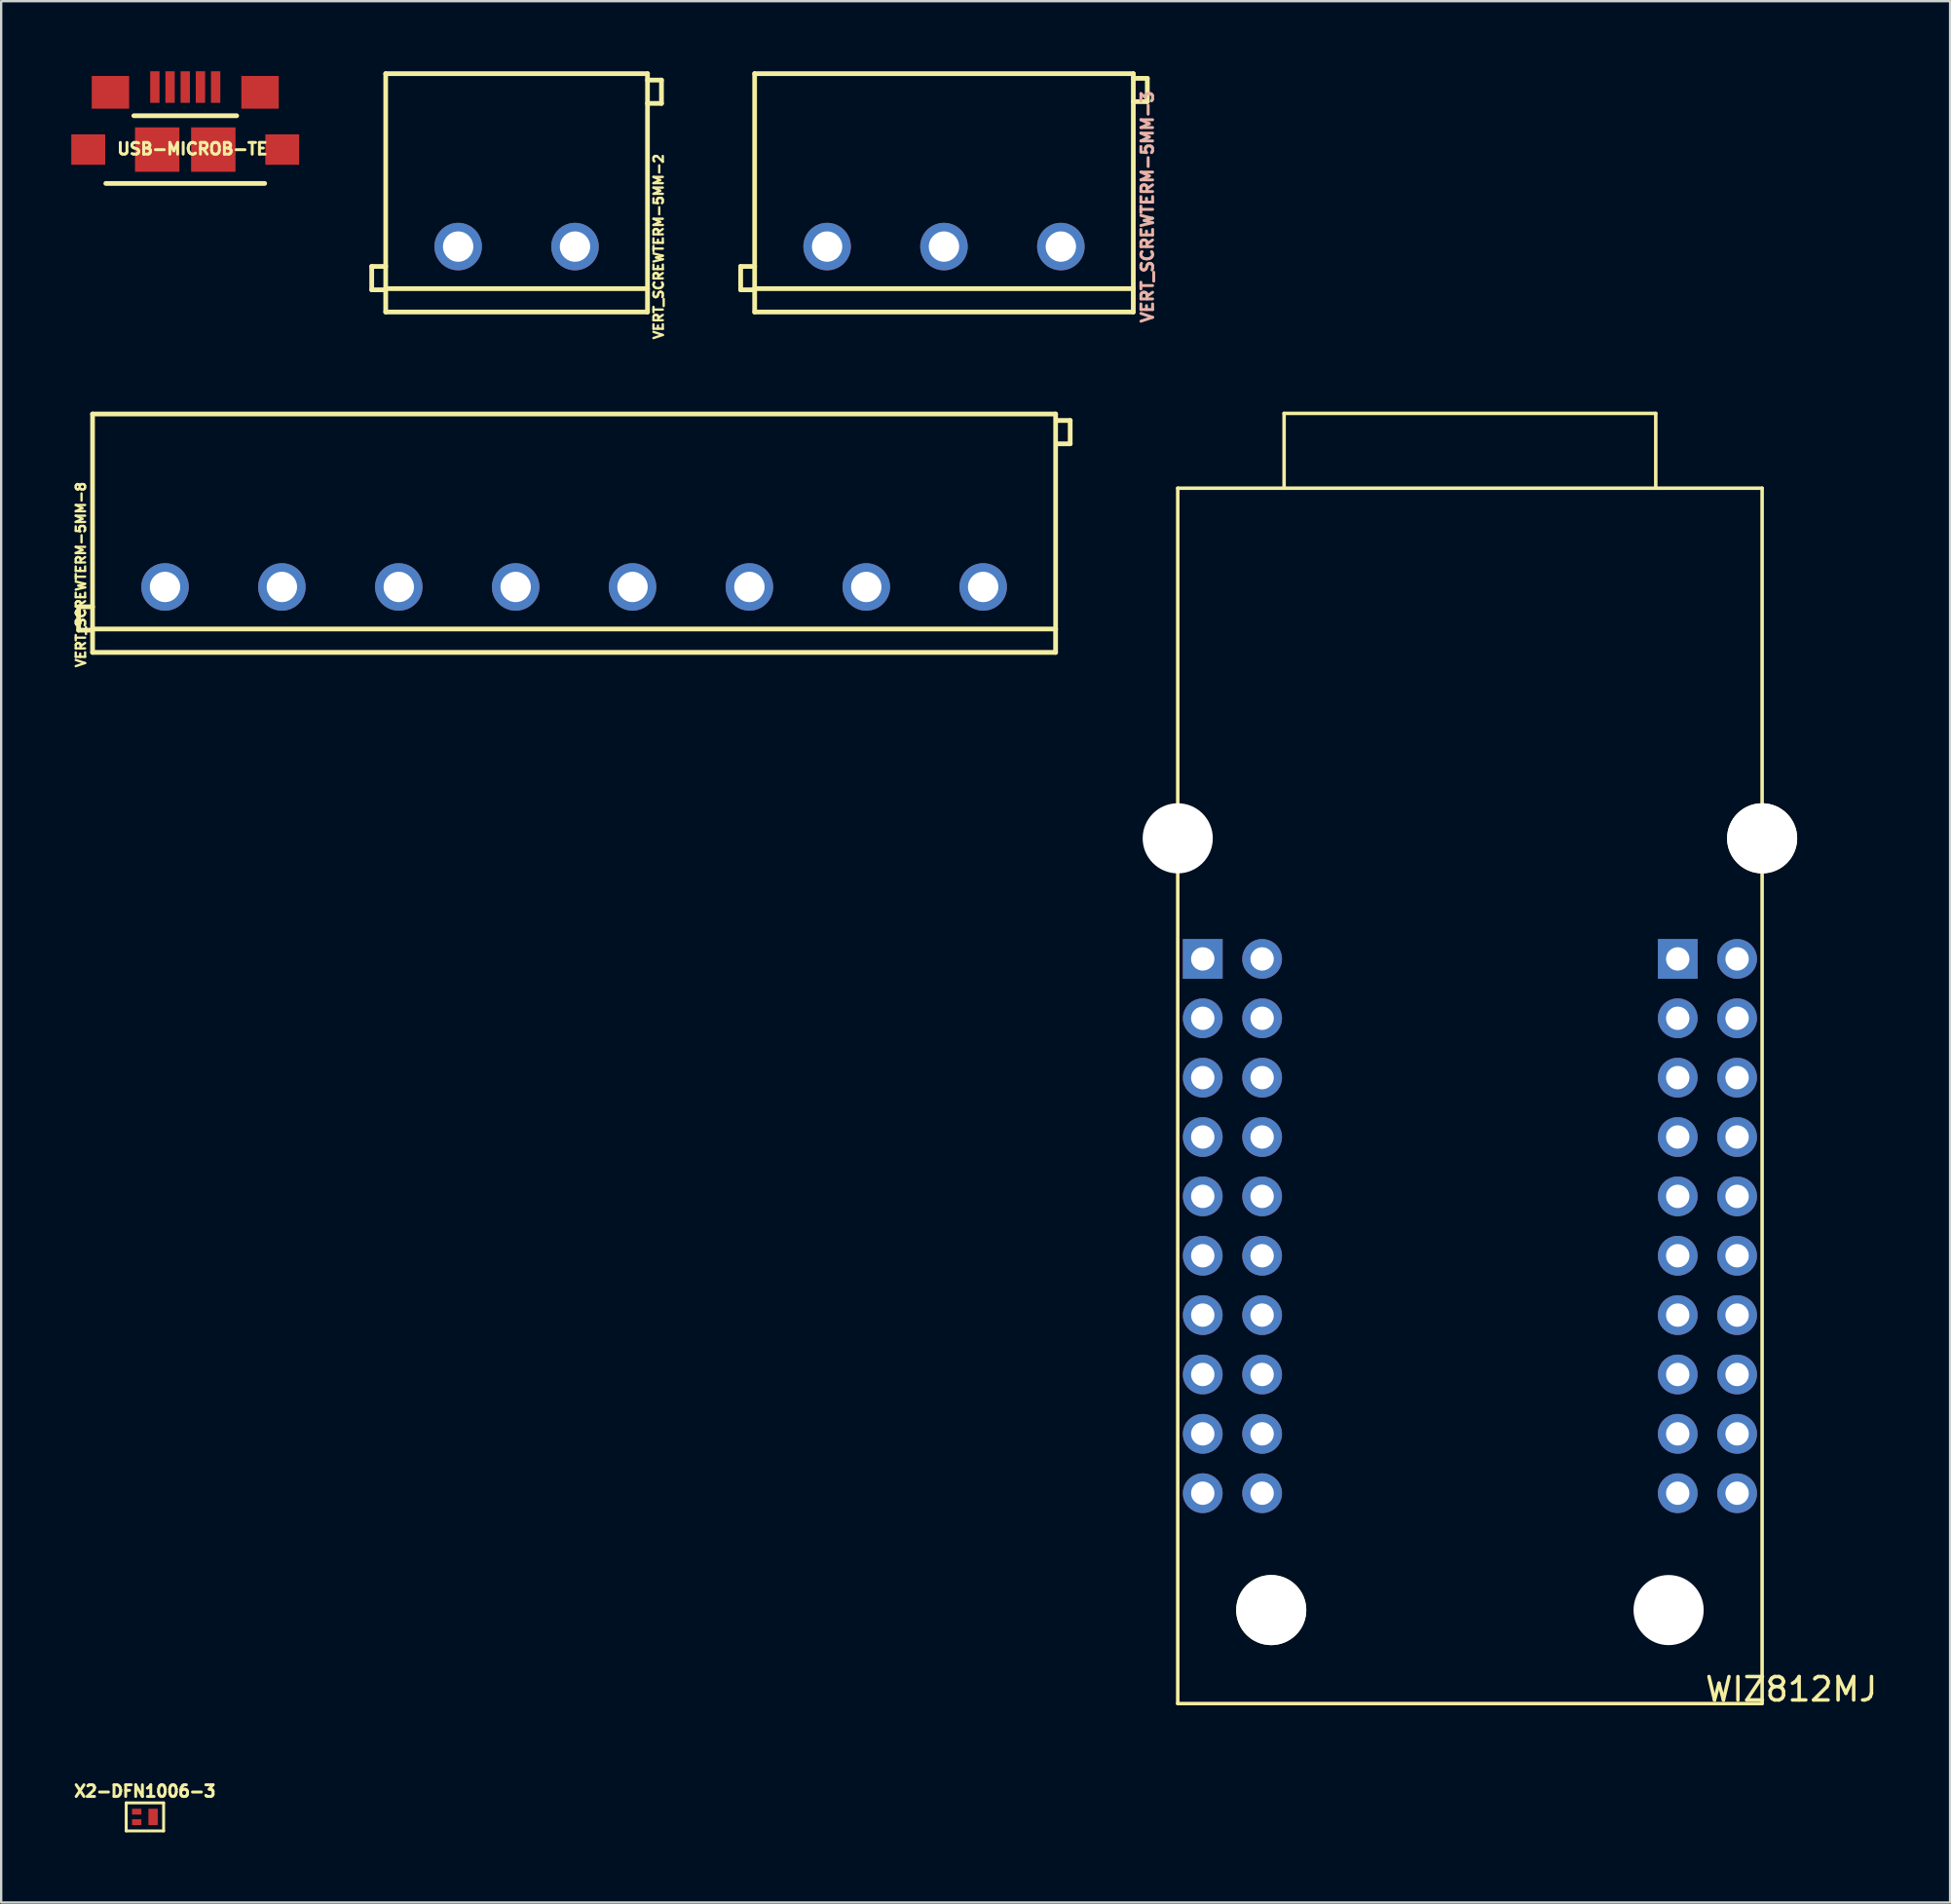
<source format=kicad_pcb>
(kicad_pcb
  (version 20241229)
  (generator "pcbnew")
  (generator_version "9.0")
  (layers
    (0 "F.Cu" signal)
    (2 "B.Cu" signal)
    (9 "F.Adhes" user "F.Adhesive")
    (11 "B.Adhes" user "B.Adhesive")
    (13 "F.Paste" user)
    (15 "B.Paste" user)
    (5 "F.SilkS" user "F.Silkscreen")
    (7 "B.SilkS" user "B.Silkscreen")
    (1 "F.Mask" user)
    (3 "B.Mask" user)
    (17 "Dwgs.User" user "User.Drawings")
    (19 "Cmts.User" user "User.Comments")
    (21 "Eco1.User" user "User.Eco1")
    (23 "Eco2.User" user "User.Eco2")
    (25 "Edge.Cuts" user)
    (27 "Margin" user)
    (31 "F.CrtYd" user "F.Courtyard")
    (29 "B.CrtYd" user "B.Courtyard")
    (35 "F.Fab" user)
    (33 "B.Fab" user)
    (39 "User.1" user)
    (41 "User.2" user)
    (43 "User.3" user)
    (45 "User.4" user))
  (footprint "VERT_SCREWTERM-5MM-3"
    (layer "F.Cu")
    (at 32.334 7.5)
    (property "Reference" "VERT_SCREWTERM-5MM-3" (at 13.7 -1.7 90) (layer "B.SilkS") (effects (font (size 0.5 0.5) (thickness 0.125))))
    (attr through_hole)
    (fp_line (start -3.698 0.849) (end -3.698 1.849) (stroke (width 0.203) (type solid)) (layer "F.SilkS"))
    (fp_line (start -3.698 1.849) (end -3.099 1.849) (stroke (width 0.203) (type solid)) (layer "F.SilkS"))
    (fp_line (start -3.1 -7.4) (end -3.1 1.8) (stroke (width 0.2) (type solid)) (layer "F.SilkS"))
    (fp_line (start -3.099 -7.399) (end 13.099 -7.399) (stroke (width 0.203) (type solid)) (layer "F.SilkS"))
    (fp_line (start -3.099 0.849) (end -3.698 0.849) (stroke (width 0.203) (type solid)) (layer "F.SilkS"))
    (fp_line (start -3.099 2.8) (end -3.099 1.799) (stroke (width 0.203) (type solid)) (layer "F.SilkS"))
    (fp_line (start 13.099 -7.198) (end 13.698 -7.198) (stroke (width 0.203) (type solid)) (layer "F.SilkS"))
    (fp_line (start 13.099 1.799) (end -3.099 1.799) (stroke (width 0.203) (type solid)) (layer "F.SilkS"))
    (fp_line (start 13.099 1.799) (end 13.099 2.8) (stroke (width 0.203) (type solid)) (layer "F.SilkS"))
    (fp_line (start 13.099 2.8) (end -3.099 2.8) (stroke (width 0.203) (type solid)) (layer "F.SilkS"))
    (fp_line (start 13.1 -7.4) (end 13.1 1.8) (stroke (width 0.2) (type solid)) (layer "F.SilkS"))
    (fp_line (start 13.698 -7.198) (end 13.698 -6.2) (stroke (width 0.203) (type solid)) (layer "F.SilkS"))
    (fp_line (start 13.698 -6.2) (end 13.099 -6.2) (stroke (width 0.203) (type solid)) (layer "F.SilkS"))
    (pad "1" thru_hole circle (at 0 0) (size 2.032 2.032) (drill 1.298) (layers "*.Cu" "*.Mask" "F.Paste"))
    (pad "2" thru_hole circle (at 4.999 0) (size 2.032 2.032) (drill 1.298) (layers "*.Cu" "*.Mask" "F.Paste"))
    (pad "3" thru_hole circle (at 10 0) (size 2.032 2.032) (drill 1.298) (layers "*.Cu" "*.Mask" "F.Paste")))
  (footprint "USB-MICROB-TE"
    (layer "F.Cu")
    (at 4.875 3.35)
    (property "Reference" "USB-MICROB-TE" (at 0.305 -0.03 0) (layer "F.SilkS") (effects (font (size 0.5 0.5) (thickness 0.125))))
    (attr smd)
    (fp_line (start -3.398 1.448) (end 3.398 1.448) (stroke (width 0.127) (type solid)) (layer "F.SilkS"))
    (fp_line (start -3.398 1.448) (end 3.398 1.448) (stroke (width 0.203) (type solid)) (layer "F.SilkS"))
    (fp_line (start -2.2 -1.448) (end 2.2 -1.448) (stroke (width 0.127) (type solid)) (layer "F.SilkS"))
    (fp_line (start -2.2 -1.448) (end 2.2 -1.448) (stroke (width 0.203) (type solid)) (layer "F.SilkS"))
    (pad "1" smd rect (at -1.3 -2.675 90) (size 1.35 0.4) (layers "F.Cu" "F.Mask" "F.Paste"))
    (pad "2" smd rect (at -0.65 -2.675 90) (size 1.35 0.4) (layers "F.Cu" "F.Mask" "F.Paste"))
    (pad "3" smd rect (at 0 -2.675 90) (size 1.35 0.4) (layers "F.Cu" "F.Mask" "F.Paste"))
    (pad "4" smd rect (at 0.65 -2.675 90) (size 1.35 0.4) (layers "F.Cu" "F.Mask" "F.Paste"))
    (pad "5" smd rect (at 1.3 -2.675 90) (size 1.35 0.4) (layers "F.Cu" "F.Mask" "F.Paste"))
    (pad "MT1" smd rect (at -4.15 0) (size 1.45 1.3) (layers "F.Cu" "F.Mask" "F.Paste"))
    (pad "MT2" smd rect (at 4.15 0) (size 1.45 1.3) (layers "F.Cu" "F.Mask" "F.Paste"))
    (pad "MT3" smd rect (at 1.2 0) (size 1.9 1.9) (layers "F.Cu" "F.Mask" "F.Paste"))
    (pad "MT4" smd rect (at -1.2 0) (size 1.9 1.9) (layers "F.Cu" "F.Mask" "F.Paste"))
    (pad "MT5" smd rect (at -3.2 -2.45) (size 1.6 1.4) (layers "F.Cu" "F.Mask" "F.Paste"))
    (pad "MT6" smd rect (at 3.2 -2.45) (size 1.6 1.4) (layers "F.Cu" "F.Mask" "F.Paste")))
  (footprint "WIZ812MJ"
    (layer "F.Cu")
    (at 59.834 37.978)
    (property "Reference" "WIZ812MJ" (at 13.75 31.25 0) (layer "F.SilkS") (effects (font (size 1 1) (thickness 0.15))))
    (attr through_hole)
    (fp_line (start -12.5 -20.14) (end 12.5 -20.14) (stroke (width 0.15) (type solid)) (layer "F.SilkS"))
    (fp_line (start -12.5 31.86) (end -12.5 -20.14) (stroke (width 0.15) (type solid)) (layer "F.SilkS"))
    (fp_line (start -12.5 31.86) (end 12.5 31.86) (stroke (width 0.15) (type solid)) (layer "F.SilkS"))
    (fp_line (start -7.95 -23.34) (end -7.95 -20.14) (stroke (width 0.15) (type solid)) (layer "F.SilkS"))
    (fp_line (start -7.95 -23.34) (end 7.95 -23.34) (stroke (width 0.15) (type solid)) (layer "F.SilkS"))
    (fp_line (start 7.95 -23.34) (end 7.95 -20.14) (stroke (width 0.15) (type solid)) (layer "F.SilkS"))
    (fp_line (start 12.5 -20.14) (end 12.5 31.86) (stroke (width 0.15) (type solid)) (layer "F.SilkS"))
    (pad "" np_thru_hole circle (at -12.5 -5.16) (size 3 3) (drill 3) (layers "*.Cu" "*.Mask"))
    (pad "" np_thru_hole circle (at -8.5 27.86) (size 3 3) (drill 3) (layers "*.Cu" "*.Mask" "F.SilkS"))
    (pad "" np_thru_hole circle (at 8.5 27.86) (size 3 3) (drill 3) (layers "*.Cu" "*.Mask"))
    (pad "" np_thru_hole circle (at 12.5 -5.16) (size 3 3) (drill 3) (layers "*.Cu" "*.Mask" "F.SilkS"))
    (pad "1.1" thru_hole rect (at -11.43 0) (size 1.7 1.7) (drill 1) (layers "*.Cu" "*.Mask"))
    (pad "1.2" thru_hole circle (at -8.89 0) (size 1.7 1.7) (drill 1) (layers "*.Cu" "*.Mask"))
    (pad "1.3" thru_hole circle (at -11.43 2.54) (size 1.7 1.7) (drill 1) (layers "*.Cu" "*.Mask"))
    (pad "1.4" thru_hole circle (at -8.89 2.54) (size 1.7 1.7) (drill 1) (layers "*.Cu" "*.Mask"))
    (pad "1.5" thru_hole circle (at -11.43 5.08) (size 1.7 1.7) (drill 1) (layers "*.Cu" "*.Mask"))
    (pad "1.6" thru_hole circle (at -8.89 5.08) (size 1.7 1.7) (drill 1) (layers "*.Cu" "*.Mask"))
    (pad "1.7" thru_hole circle (at -11.43 7.62) (size 1.7 1.7) (drill 1) (layers "*.Cu" "*.Mask"))
    (pad "1.8" thru_hole circle (at -8.89 7.62) (size 1.7 1.7) (drill 1) (layers "*.Cu" "*.Mask"))
    (pad "1.9" thru_hole circle (at -11.43 10.16) (size 1.7 1.7) (drill 1) (layers "*.Cu" "*.Mask"))
    (pad "1.10" thru_hole circle (at -8.89 10.16) (size 1.7 1.7) (drill 1) (layers "*.Cu" "*.Mask"))
    (pad "1.11" thru_hole circle (at -11.43 12.7) (size 1.7 1.7) (drill 1) (layers "*.Cu" "*.Mask"))
    (pad "1.12" thru_hole circle (at -8.89 12.7) (size 1.7 1.7) (drill 1) (layers "*.Cu" "*.Mask"))
    (pad "1.13" thru_hole circle (at -11.43 15.24) (size 1.7 1.7) (drill 1) (layers "*.Cu" "*.Mask"))
    (pad "1.14" thru_hole circle (at -8.89 15.24) (size 1.7 1.7) (drill 1) (layers "*.Cu" "*.Mask"))
    (pad "1.15" thru_hole circle (at -11.43 17.78) (size 1.7 1.7) (drill 1) (layers "*.Cu" "*.Mask"))
    (pad "1.16" thru_hole circle (at -8.89 17.78) (size 1.7 1.7) (drill 1) (layers "*.Cu" "*.Mask"))
    (pad "1.17" thru_hole circle (at -11.43 20.32) (size 1.7 1.7) (drill 1) (layers "*.Cu" "*.Mask"))
    (pad "1.18" thru_hole circle (at -8.89 20.32) (size 1.7 1.7) (drill 1) (layers "*.Cu" "*.Mask"))
    (pad "1.19" thru_hole circle (at -11.43 22.86) (size 1.7 1.7) (drill 1) (layers "*.Cu" "*.Mask"))
    (pad "1.20" thru_hole circle (at -8.89 22.86) (size 1.7 1.7) (drill 1) (layers "*.Cu" "*.Mask"))
    (pad "2.1" thru_hole rect (at 8.89 0) (size 1.7 1.7) (drill 1) (layers "*.Cu" "*.Mask"))
    (pad "2.2" thru_hole circle (at 11.43 0) (size 1.7 1.7) (drill 1) (layers "*.Cu" "*.Mask"))
    (pad "2.3" thru_hole circle (at 8.89 2.54) (size 1.7 1.7) (drill 1) (layers "*.Cu" "*.Mask"))
    (pad "2.4" thru_hole circle (at 11.43 2.54) (size 1.7 1.7) (drill 1) (layers "*.Cu" "*.Mask"))
    (pad "2.5" thru_hole circle (at 8.89 5.08) (size 1.7 1.7) (drill 1) (layers "*.Cu" "*.Mask"))
    (pad "2.6" thru_hole circle (at 11.43 5.08) (size 1.7 1.7) (drill 1) (layers "*.Cu" "*.Mask"))
    (pad "2.7" thru_hole circle (at 8.89 7.62) (size 1.7 1.7) (drill 1) (layers "*.Cu" "*.Mask"))
    (pad "2.8" thru_hole circle (at 11.43 7.62) (size 1.7 1.7) (drill 1) (layers "*.Cu" "*.Mask"))
    (pad "2.9" thru_hole circle (at 8.89 10.16) (size 1.7 1.7) (drill 1) (layers "*.Cu" "*.Mask"))
    (pad "2.10" thru_hole circle (at 11.43 10.16) (size 1.7 1.7) (drill 1) (layers "*.Cu" "*.Mask"))
    (pad "2.11" thru_hole circle (at 8.89 12.7) (size 1.7 1.7) (drill 1) (layers "*.Cu" "*.Mask"))
    (pad "2.12" thru_hole circle (at 11.43 12.7) (size 1.7 1.7) (drill 1) (layers "*.Cu" "*.Mask"))
    (pad "2.13" thru_hole circle (at 8.89 15.24) (size 1.7 1.7) (drill 1) (layers "*.Cu" "*.Mask"))
    (pad "2.14" thru_hole circle (at 11.43 15.24) (size 1.7 1.7) (drill 1) (layers "*.Cu" "*.Mask"))
    (pad "2.15" thru_hole circle (at 8.89 17.78) (size 1.7 1.7) (drill 1) (layers "*.Cu" "*.Mask"))
    (pad "2.16" thru_hole circle (at 11.43 17.78) (size 1.7 1.7) (drill 1) (layers "*.Cu" "*.Mask"))
    (pad "2.17" thru_hole circle (at 8.89 20.32) (size 1.7 1.7) (drill 1) (layers "*.Cu" "*.Mask"))
    (pad "2.18" thru_hole circle (at 11.43 20.32) (size 1.7 1.7) (drill 1) (layers "*.Cu" "*.Mask"))
    (pad "2.19" thru_hole circle (at 8.89 22.86) (size 1.7 1.7) (drill 1) (layers "*.Cu" "*.Mask"))
    (pad "2.20" thru_hole circle (at 11.43 22.86) (size 1.7 1.7) (drill 1) (layers "*.Cu" "*.Mask")))
  (footprint "VERT_SCREWTERM-5MM-8"
    (layer "F.Cu")
    (at 4.01 22.063)
    (property "Reference" "VERT_SCREWTERM-5MM-8" (at -3.6 -0.525 90) (layer "F.SilkS") (effects (font (size 0.4 0.4) (thickness 0.1))))
    (attr through_hole)
    (fp_line (start -3.698 0.849) (end -3.698 1.849) (stroke (width 0.203) (type solid)) (layer "F.SilkS"))
    (fp_line (start -3.698 1.849) (end -3.099 1.849) (stroke (width 0.203) (type solid)) (layer "F.SilkS"))
    (fp_line (start -3.1 -7.4) (end -3.1 1.8) (stroke (width 0.2) (type solid)) (layer "F.SilkS"))
    (fp_line (start -3.099 -7.399) (end 38.099 -7.399) (stroke (width 0.203) (type solid)) (layer "F.SilkS"))
    (fp_line (start -3.099 0.849) (end -3.698 0.849) (stroke (width 0.203) (type solid)) (layer "F.SilkS"))
    (fp_line (start -3.099 2.8) (end -3.099 1.799) (stroke (width 0.203) (type solid)) (layer "F.SilkS"))
    (fp_line (start 38.099 1.799) (end -3.099 1.799) (stroke (width 0.203) (type solid)) (layer "F.SilkS"))
    (fp_line (start 38.099 1.799) (end 38.099 2.8) (stroke (width 0.203) (type solid)) (layer "F.SilkS"))
    (fp_line (start 38.099 2.8) (end -3.099 2.8) (stroke (width 0.203) (type solid)) (layer "F.SilkS"))
    (fp_line (start 38.1 -7.4) (end 38.1 1.8) (stroke (width 0.2) (type solid)) (layer "F.SilkS"))
    (fp_line (start 38.124 -7.123) (end 38.723 -7.123) (stroke (width 0.203) (type solid)) (layer "F.SilkS"))
    (fp_line (start 38.723 -7.123) (end 38.723 -6.125) (stroke (width 0.203) (type solid)) (layer "F.SilkS"))
    (fp_line (start 38.723 -6.125) (end 38.124 -6.125) (stroke (width 0.203) (type solid)) (layer "F.SilkS"))
    (pad "1" thru_hole circle (at 0 0) (size 2.032 2.032) (drill 1.298) (layers "*.Cu" "*.Mask" "F.Paste"))
    (pad "2" thru_hole circle (at 4.999 0) (size 2.032 2.032) (drill 1.298) (layers "*.Cu" "*.Mask" "F.Paste"))
    (pad "3" thru_hole circle (at 10 0) (size 2.032 2.032) (drill 1.298) (layers "*.Cu" "*.Mask" "F.Paste"))
    (pad "4" thru_hole circle (at 15 0) (size 2.032 2.032) (drill 1.298) (layers "*.Cu" "*.Mask" "F.Paste"))
    (pad "5" thru_hole circle (at 20 0) (size 2.032 2.032) (drill 1.298) (layers "*.Cu" "*.Mask" "F.Paste"))
    (pad "6" thru_hole circle (at 25 0) (size 2.032 2.032) (drill 1.298) (layers "*.Cu" "*.Mask" "F.Paste"))
    (pad "7" thru_hole circle (at 30 0) (size 2.032 2.032) (drill 1.298) (layers "*.Cu" "*.Mask" "F.Paste"))
    (pad "8" thru_hole circle (at 35 0) (size 2.032 2.032) (drill 1.298) (layers "*.Cu" "*.Mask" "F.Paste")))
  (footprint "X2-DFN1006-3"
    (layer "F.Cu")
    (at 3.149 74.688)
    (property "Reference" "X2-DFN1006-3" (at 0 -1.1 0) (layer "F.SilkS") (effects (font (size 0.5 0.5) (thickness 0.125))))
    (attr through_hole)
    (fp_line (start -0.8 -0.6) (end 0.8 -0.6) (stroke (width 0.125) (type solid)) (layer "F.SilkS"))
    (fp_line (start -0.8 0.6) (end -0.8 -0.6) (stroke (width 0.125) (type solid)) (layer "F.SilkS"))
    (fp_line (start 0.8 -0.6) (end 0.8 0.6) (stroke (width 0.125) (type solid)) (layer "F.SilkS"))
    (fp_line (start 0.8 0.6) (end -0.8 0.6) (stroke (width 0.125) (type solid)) (layer "F.SilkS"))
    (pad "1" smd rect (at -0.35 -0.225) (size 0.4 0.25) (layers "F.Cu" "F.Mask" "F.Paste"))
    (pad "2" smd rect (at -0.35 0.225) (size 0.4 0.25) (layers "F.Cu" "F.Mask" "F.Paste"))
    (pad "3" smd rect (at 0.35 0) (size 0.4 0.7) (layers "F.Cu" "F.Mask" "F.Paste")))
  (footprint "VERT_SCREWTERM-5MM-2"
    (layer "F.Cu")
    (at 16.55 7.5)
    (property "Reference" "VERT_SCREWTERM-5MM-2" (at 8.575 0 90) (layer "F.SilkS") (effects (font (size 0.4 0.4) (thickness 0.1))))
    (attr through_hole)
    (fp_line (start -3.698 0.849) (end -3.698 1.849) (stroke (width 0.203) (type solid)) (layer "F.SilkS"))
    (fp_line (start -3.698 1.849) (end -3.099 1.849) (stroke (width 0.203) (type solid)) (layer "F.SilkS"))
    (fp_line (start -3.1 -7.4) (end -3.1 1.8) (stroke (width 0.2) (type solid)) (layer "F.SilkS"))
    (fp_line (start -3.099 -7.399) (end 8.1 -7.399) (stroke (width 0.203) (type solid)) (layer "F.SilkS"))
    (fp_line (start -3.099 0.849) (end -3.698 0.849) (stroke (width 0.203) (type solid)) (layer "F.SilkS"))
    (fp_line (start -3.099 2.8) (end -3.099 1.799) (stroke (width 0.203) (type solid)) (layer "F.SilkS"))
    (fp_line (start 8.099 -7.123) (end 8.698 -7.123) (stroke (width 0.203) (type solid)) (layer "F.SilkS"))
    (fp_line (start 8.1 -7.4) (end 8.1 1.8) (stroke (width 0.2) (type solid)) (layer "F.SilkS"))
    (fp_line (start 8.1 1.799) (end -3.099 1.799) (stroke (width 0.203) (type solid)) (layer "F.SilkS"))
    (fp_line (start 8.1 1.799) (end 8.1 2.8) (stroke (width 0.203) (type solid)) (layer "F.SilkS"))
    (fp_line (start 8.1 2.8) (end -3.099 2.8) (stroke (width 0.203) (type solid)) (layer "F.SilkS"))
    (fp_line (start 8.698 -7.123) (end 8.698 -6.125) (stroke (width 0.203) (type solid)) (layer "F.SilkS"))
    (fp_line (start 8.698 -6.125) (end 8.099 -6.125) (stroke (width 0.203) (type solid)) (layer "F.SilkS"))
    (pad "1" thru_hole circle (at 0 0) (size 2.032 2.032) (drill 1.298) (layers "*.Cu" "*.Mask" "F.Paste"))
    (pad "2" thru_hole circle (at 4.999 0) (size 2.032 2.032) (drill 1.298) (layers "*.Cu" "*.Mask" "F.Paste")))
  (gr_rect
    (start -3 -3)
    (end 80.376 78.35)
    (stroke (width 0.1) (type default))
    (fill no)
    (layer "Edge.Cuts")))
</source>
